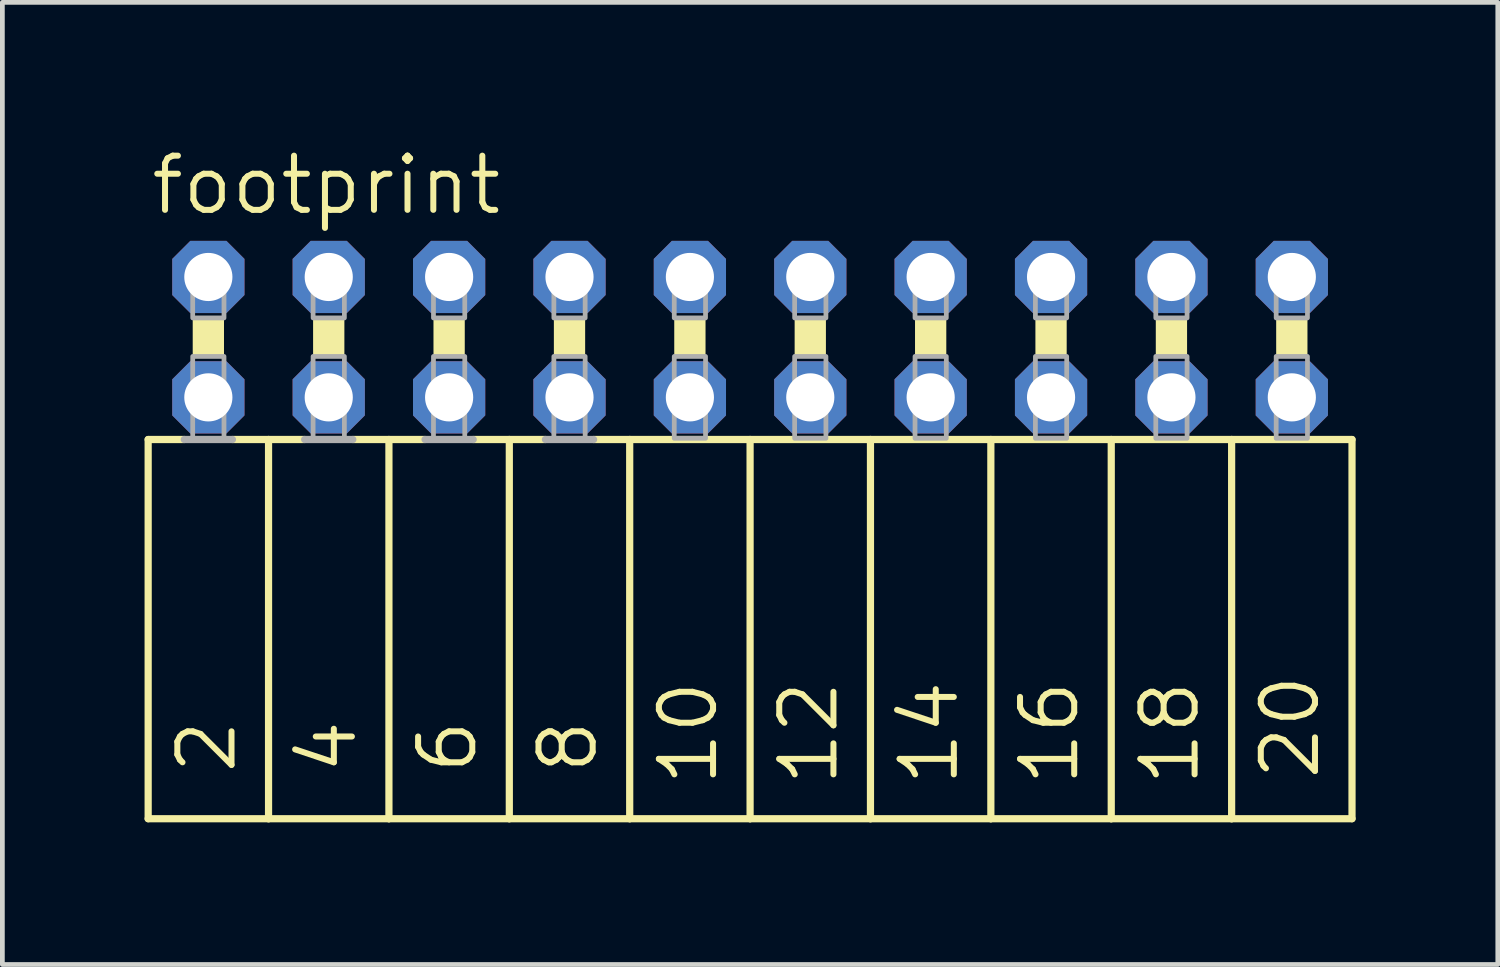
<source format=kicad_pcb>
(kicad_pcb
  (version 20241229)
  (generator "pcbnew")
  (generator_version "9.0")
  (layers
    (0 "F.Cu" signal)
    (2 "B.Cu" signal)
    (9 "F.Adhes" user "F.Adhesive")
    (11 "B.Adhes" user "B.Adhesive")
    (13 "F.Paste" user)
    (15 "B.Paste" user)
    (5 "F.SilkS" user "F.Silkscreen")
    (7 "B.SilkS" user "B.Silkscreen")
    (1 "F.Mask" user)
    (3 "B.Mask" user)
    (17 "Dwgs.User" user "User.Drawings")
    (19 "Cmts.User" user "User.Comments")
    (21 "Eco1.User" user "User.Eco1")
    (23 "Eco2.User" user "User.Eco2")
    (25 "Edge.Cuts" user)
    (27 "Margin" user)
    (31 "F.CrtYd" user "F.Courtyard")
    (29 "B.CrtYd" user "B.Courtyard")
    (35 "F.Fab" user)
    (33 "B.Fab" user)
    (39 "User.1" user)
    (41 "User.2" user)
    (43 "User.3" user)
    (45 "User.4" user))
  (footprint "footprint"
    (layer "F.Cu")
    (at 12.776 4.064)
    (property "Reference" "footprint" (at -12.7 -2.54 0) (layer "F.SilkS") (effects (font (size 1.143 1.143) (thickness 0.127)) (justify left bottom)))
    (fp_line (start -12.7 2.159) (end -12.7 10.16) (stroke (width 0.152) (type solid)) (layer "F.SilkS"))
    (fp_line (start -12.7 2.159) (end -11.938 2.159) (stroke (width 0.152) (type solid)) (layer "F.SilkS"))
    (fp_line (start -10.922 2.159) (end -10.16 2.159) (stroke (width 0.152) (type solid)) (layer "F.SilkS"))
    (fp_line (start -10.16 2.159) (end -10.16 10.16) (stroke (width 0.152) (type solid)) (layer "F.SilkS"))
    (fp_line (start -10.16 2.159) (end -9.398 2.159) (stroke (width 0.152) (type solid)) (layer "F.SilkS"))
    (fp_line (start -10.16 10.16) (end -12.7 10.16) (stroke (width 0.152) (type solid)) (layer "F.SilkS"))
    (fp_line (start -8.382 2.159) (end -7.62 2.159) (stroke (width 0.152) (type solid)) (layer "F.SilkS"))
    (fp_line (start -7.62 2.159) (end -7.62 10.16) (stroke (width 0.152) (type solid)) (layer "F.SilkS"))
    (fp_line (start -7.62 2.159) (end -6.858 2.159) (stroke (width 0.152) (type solid)) (layer "F.SilkS"))
    (fp_line (start -7.62 10.16) (end -10.16 10.16) (stroke (width 0.152) (type solid)) (layer "F.SilkS"))
    (fp_line (start -5.842 2.159) (end -5.08 2.159) (stroke (width 0.152) (type solid)) (layer "F.SilkS"))
    (fp_line (start -5.08 2.159) (end -5.08 10.16) (stroke (width 0.152) (type solid)) (layer "F.SilkS"))
    (fp_line (start -5.08 10.16) (end -7.62 10.16) (stroke (width 0.152) (type solid)) (layer "F.SilkS"))
    (fp_line (start -4.318 2.159) (end -5.08 2.159) (stroke (width 0.152) (type solid)) (layer "F.SilkS"))
    (fp_line (start -2.54 2.159) (end -3.302 2.159) (stroke (width 0.152) (type solid)) (layer "F.SilkS"))
    (fp_line (start -2.54 2.159) (end -2.54 10.16) (stroke (width 0.152) (type solid)) (layer "F.SilkS"))
    (fp_line (start -2.54 2.159) (end 0 2.159) (stroke (width 0.152) (type solid)) (layer "F.SilkS"))
    (fp_line (start -2.54 10.16) (end -5.08 10.16) (stroke (width 0.152) (type solid)) (layer "F.SilkS"))
    (fp_line (start 0 2.159) (end 0 10.16) (stroke (width 0.152) (type solid)) (layer "F.SilkS"))
    (fp_line (start 0 2.159) (end 2.54 2.159) (stroke (width 0.152) (type solid)) (layer "F.SilkS"))
    (fp_line (start 0 10.16) (end -2.54 10.16) (stroke (width 0.152) (type solid)) (layer "F.SilkS"))
    (fp_line (start 2.54 2.159) (end 2.54 10.16) (stroke (width 0.152) (type solid)) (layer "F.SilkS"))
    (fp_line (start 2.54 2.159) (end 5.08 2.159) (stroke (width 0.152) (type solid)) (layer "F.SilkS"))
    (fp_line (start 2.54 10.16) (end 0 10.16) (stroke (width 0.152) (type solid)) (layer "F.SilkS"))
    (fp_line (start 5.08 2.159) (end 5.08 10.16) (stroke (width 0.152) (type solid)) (layer "F.SilkS"))
    (fp_line (start 5.08 2.159) (end 7.62 2.159) (stroke (width 0.152) (type solid)) (layer "F.SilkS"))
    (fp_line (start 5.08 10.16) (end 2.54 10.16) (stroke (width 0.152) (type solid)) (layer "F.SilkS"))
    (fp_line (start 7.62 2.159) (end 7.62 10.16) (stroke (width 0.152) (type solid)) (layer "F.SilkS"))
    (fp_line (start 7.62 10.16) (end 5.08 10.16) (stroke (width 0.152) (type solid)) (layer "F.SilkS"))
    (fp_line (start 10.16 2.159) (end 7.62 2.159) (stroke (width 0.152) (type solid)) (layer "F.SilkS"))
    (fp_line (start 10.16 2.159) (end 10.16 10.16) (stroke (width 0.152) (type solid)) (layer "F.SilkS"))
    (fp_line (start 10.16 2.159) (end 12.7 2.159) (stroke (width 0.152) (type solid)) (layer "F.SilkS"))
    (fp_line (start 10.16 10.16) (end 7.62 10.16) (stroke (width 0.152) (type solid)) (layer "F.SilkS"))
    (fp_line (start 12.7 2.159) (end 12.7 10.16) (stroke (width 0.152) (type solid)) (layer "F.SilkS"))
    (fp_line (start 12.7 10.16) (end 10.16 10.16) (stroke (width 0.152) (type solid)) (layer "F.SilkS"))
    (fp_poly (pts (xy -11.76 0.406) (xy -11.1 0.406) (xy -11.1 -0.406) (xy -11.76 -0.406)) (stroke (width 0) (type solid)) (fill yes) (layer "F.SilkS"))
    (fp_poly (pts (xy -9.22 0.406) (xy -8.56 0.406) (xy -8.56 -0.406) (xy -9.22 -0.406)) (stroke (width 0) (type solid)) (fill yes) (layer "F.SilkS"))
    (fp_poly (pts (xy -6.68 0.406) (xy -6.02 0.406) (xy -6.02 -0.406) (xy -6.68 -0.406)) (stroke (width 0) (type solid)) (fill yes) (layer "F.SilkS"))
    (fp_poly (pts (xy -4.14 0.406) (xy -3.48 0.406) (xy -3.48 -0.406) (xy -4.14 -0.406)) (stroke (width 0) (type solid)) (fill yes) (layer "F.SilkS"))
    (fp_poly (pts (xy -1.6 0.406) (xy -0.94 0.406) (xy -0.94 -0.406) (xy -1.6 -0.406)) (stroke (width 0) (type solid)) (fill yes) (layer "F.SilkS"))
    (fp_poly (pts (xy 0.94 0.406) (xy 1.6 0.406) (xy 1.6 -0.406) (xy 0.94 -0.406)) (stroke (width 0) (type solid)) (fill yes) (layer "F.SilkS"))
    (fp_poly (pts (xy 3.48 0.406) (xy 4.14 0.406) (xy 4.14 -0.406) (xy 3.48 -0.406)) (stroke (width 0) (type solid)) (fill yes) (layer "F.SilkS"))
    (fp_poly (pts (xy 6.02 0.406) (xy 6.68 0.406) (xy 6.68 -0.406) (xy 6.02 -0.406)) (stroke (width 0) (type solid)) (fill yes) (layer "F.SilkS"))
    (fp_poly (pts (xy 8.56 0.406) (xy 9.22 0.406) (xy 9.22 -0.406) (xy 8.56 -0.406)) (stroke (width 0) (type solid)) (fill yes) (layer "F.SilkS"))
    (fp_poly (pts (xy 11.1 0.406) (xy 11.76 0.406) (xy 11.76 -0.406) (xy 11.1 -0.406)) (stroke (width 0) (type solid)) (fill yes) (layer "F.SilkS"))
    (fp_line (start -11.938 2.159) (end -10.922 2.159) (stroke (width 0.152) (type solid)) (layer "F.Fab"))
    (fp_line (start -9.398 2.159) (end -8.382 2.159) (stroke (width 0.152) (type solid)) (layer "F.Fab"))
    (fp_line (start -6.858 2.159) (end -5.842 2.159) (stroke (width 0.152) (type solid)) (layer "F.Fab"))
    (fp_line (start -3.302 2.159) (end -4.318 2.159) (stroke (width 0.152) (type solid)) (layer "F.Fab"))
    (fp_poly (pts (xy -11.76 -0.406) (xy -11.1 -0.406) (xy -11.1 -1.575) (xy -11.76 -1.575)) (stroke (width 0.1) (type solid)) (fill no) (layer "F.Fab"))
    (fp_poly (pts (xy -11.76 2.134) (xy -11.1 2.134) (xy -11.1 0.406) (xy -11.76 0.406)) (stroke (width 0.1) (type solid)) (fill no) (layer "F.Fab"))
    (fp_poly (pts (xy -9.22 -0.406) (xy -8.56 -0.406) (xy -8.56 -1.575) (xy -9.22 -1.575)) (stroke (width 0.1) (type solid)) (fill no) (layer "F.Fab"))
    (fp_poly (pts (xy -9.22 2.134) (xy -8.56 2.134) (xy -8.56 0.406) (xy -9.22 0.406)) (stroke (width 0.1) (type solid)) (fill no) (layer "F.Fab"))
    (fp_poly (pts (xy -6.68 -0.406) (xy -6.02 -0.406) (xy -6.02 -1.575) (xy -6.68 -1.575)) (stroke (width 0.1) (type solid)) (fill no) (layer "F.Fab"))
    (fp_poly (pts (xy -6.68 2.134) (xy -6.02 2.134) (xy -6.02 0.406) (xy -6.68 0.406)) (stroke (width 0.1) (type solid)) (fill no) (layer "F.Fab"))
    (fp_poly (pts (xy -4.14 -0.406) (xy -3.48 -0.406) (xy -3.48 -1.575) (xy -4.14 -1.575)) (stroke (width 0.1) (type solid)) (fill no) (layer "F.Fab"))
    (fp_poly (pts (xy -4.14 2.134) (xy -3.48 2.134) (xy -3.48 0.406) (xy -4.14 0.406)) (stroke (width 0.1) (type solid)) (fill no) (layer "F.Fab"))
    (fp_poly (pts (xy -1.6 -0.406) (xy -0.94 -0.406) (xy -0.94 -1.575) (xy -1.6 -1.575)) (stroke (width 0.1) (type solid)) (fill no) (layer "F.Fab"))
    (fp_poly (pts (xy -1.6 2.134) (xy -0.94 2.134) (xy -0.94 0.406) (xy -1.6 0.406)) (stroke (width 0.1) (type solid)) (fill no) (layer "F.Fab"))
    (fp_poly (pts (xy 0.94 -0.406) (xy 1.6 -0.406) (xy 1.6 -1.575) (xy 0.94 -1.575)) (stroke (width 0.1) (type solid)) (fill no) (layer "F.Fab"))
    (fp_poly (pts (xy 0.94 2.134) (xy 1.6 2.134) (xy 1.6 0.406) (xy 0.94 0.406)) (stroke (width 0.1) (type solid)) (fill no) (layer "F.Fab"))
    (fp_poly (pts (xy 3.48 -0.406) (xy 4.14 -0.406) (xy 4.14 -1.575) (xy 3.48 -1.575)) (stroke (width 0.1) (type solid)) (fill no) (layer "F.Fab"))
    (fp_poly (pts (xy 3.48 2.134) (xy 4.14 2.134) (xy 4.14 0.406) (xy 3.48 0.406)) (stroke (width 0.1) (type solid)) (fill no) (layer "F.Fab"))
    (fp_poly (pts (xy 6.02 -0.406) (xy 6.68 -0.406) (xy 6.68 -1.575) (xy 6.02 -1.575)) (stroke (width 0.1) (type solid)) (fill no) (layer "F.Fab"))
    (fp_poly (pts (xy 6.02 2.134) (xy 6.68 2.134) (xy 6.68 0.406) (xy 6.02 0.406)) (stroke (width 0.1) (type solid)) (fill no) (layer "F.Fab"))
    (fp_poly (pts (xy 8.56 -0.406) (xy 9.22 -0.406) (xy 9.22 -1.575) (xy 8.56 -1.575)) (stroke (width 0.1) (type solid)) (fill no) (layer "F.Fab"))
    (fp_poly (pts (xy 8.56 2.134) (xy 9.22 2.134) (xy 9.22 0.406) (xy 8.56 0.406)) (stroke (width 0.1) (type solid)) (fill no) (layer "F.Fab"))
    (fp_poly (pts (xy 11.1 -0.406) (xy 11.76 -0.406) (xy 11.76 -1.575) (xy 11.1 -1.575)) (stroke (width 0.1) (type solid)) (fill no) (layer "F.Fab"))
    (fp_poly (pts (xy 11.1 2.134) (xy 11.76 2.134) (xy 11.76 0.406) (xy 11.1 0.406)) (stroke (width 0.1) (type solid)) (fill no) (layer "F.Fab"))
    (fp_text user "6" (at -5.715 9.271 90) (layer "F.SilkS") (effects (font (size 1.143 1.143) (thickness 0.127)) (justify left bottom)))
    (fp_text user "18" (at 9.525 9.525 90) (layer "F.SilkS") (effects (font (size 1.143 1.143) (thickness 0.127)) (justify left bottom)))
    (fp_text user "12" (at 1.905 9.525 90) (layer "F.SilkS") (effects (font (size 1.143 1.143) (thickness 0.127)) (justify left bottom)))
    (fp_text user "2" (at -10.795 9.271 90) (layer "F.SilkS") (effects (font (size 1.143 1.143) (thickness 0.127)) (justify left bottom)))
    (fp_text user "4" (at -8.255 9.271 90) (layer "F.SilkS") (effects (font (size 1.143 1.143) (thickness 0.127)) (justify left bottom)))
    (fp_text user "10" (at -0.635 9.525 90) (layer "F.SilkS") (effects (font (size 1.143 1.143) (thickness 0.127)) (justify left bottom)))
    (fp_text user "20" (at 12.065 9.398 90) (layer "F.SilkS") (effects (font (size 1.143 1.143) (thickness 0.127)) (justify left bottom)))
    (fp_text user "14" (at 4.445 9.525 90) (layer "F.SilkS") (effects (font (size 1.143 1.143) (thickness 0.127)) (justify left bottom)))
    (fp_text user "16" (at 6.985 9.525 90) (layer "F.SilkS") (effects (font (size 1.143 1.143) (thickness 0.127)) (justify left bottom)))
    (fp_text user "8" (at -3.175 9.271 90) (layer "F.SilkS") (effects (font (size 1.143 1.143) (thickness 0.127)) (justify left bottom)))
    (pad "1" thru_hole roundrect (at -11.43 -1.27) (size 1.524 1.524) (drill 1.016) (layers "*.Cu" "*.Mask") (roundrect_rratio 0.25) (chamfer_ratio 0.25) (chamfer top_left top_right bottom_left bottom_right))
    (pad "2" thru_hole roundrect (at -11.43 1.27) (size 1.524 1.524) (drill 1.016) (layers "*.Cu" "*.Mask") (roundrect_rratio 0.25) (chamfer_ratio 0.25) (chamfer top_left top_right bottom_left bottom_right))
    (pad "3" thru_hole roundrect (at -8.89 -1.27) (size 1.524 1.524) (drill 1.016) (layers "*.Cu" "*.Mask") (roundrect_rratio 0.25) (chamfer_ratio 0.25) (chamfer top_left top_right bottom_left bottom_right))
    (pad "4" thru_hole roundrect (at -8.89 1.27) (size 1.524 1.524) (drill 1.016) (layers "*.Cu" "*.Mask") (roundrect_rratio 0.25) (chamfer_ratio 0.25) (chamfer top_left top_right bottom_left bottom_right))
    (pad "5" thru_hole roundrect (at -6.35 -1.27) (size 1.524 1.524) (drill 1.016) (layers "*.Cu" "*.Mask") (roundrect_rratio 0.25) (chamfer_ratio 0.25) (chamfer top_left top_right bottom_left bottom_right))
    (pad "6" thru_hole roundrect (at -6.35 1.27) (size 1.524 1.524) (drill 1.016) (layers "*.Cu" "*.Mask") (roundrect_rratio 0.25) (chamfer_ratio 0.25) (chamfer top_left top_right bottom_left bottom_right))
    (pad "7" thru_hole roundrect (at -3.81 -1.27) (size 1.524 1.524) (drill 1.016) (layers "*.Cu" "*.Mask") (roundrect_rratio 0.25) (chamfer_ratio 0.25) (chamfer top_left top_right bottom_left bottom_right))
    (pad "8" thru_hole roundrect (at -3.81 1.27) (size 1.524 1.524) (drill 1.016) (layers "*.Cu" "*.Mask") (roundrect_rratio 0.25) (chamfer_ratio 0.25) (chamfer top_left top_right bottom_left bottom_right))
    (pad "9" thru_hole roundrect (at -1.27 -1.27) (size 1.524 1.524) (drill 1.016) (layers "*.Cu" "*.Mask") (roundrect_rratio 0.25) (chamfer_ratio 0.25) (chamfer top_left top_right bottom_left bottom_right))
    (pad "10" thru_hole roundrect (at -1.27 1.27) (size 1.524 1.524) (drill 1.016) (layers "*.Cu" "*.Mask") (roundrect_rratio 0.25) (chamfer_ratio 0.25) (chamfer top_left top_right bottom_left bottom_right))
    (pad "11" thru_hole roundrect (at 1.27 -1.27) (size 1.524 1.524) (drill 1.016) (layers "*.Cu" "*.Mask") (roundrect_rratio 0.25) (chamfer_ratio 0.25) (chamfer top_left top_right bottom_left bottom_right))
    (pad "12" thru_hole roundrect (at 1.27 1.27) (size 1.524 1.524) (drill 1.016) (layers "*.Cu" "*.Mask") (roundrect_rratio 0.25) (chamfer_ratio 0.25) (chamfer top_left top_right bottom_left bottom_right))
    (pad "13" thru_hole roundrect (at 3.81 -1.27) (size 1.524 1.524) (drill 1.016) (layers "*.Cu" "*.Mask") (roundrect_rratio 0.25) (chamfer_ratio 0.25) (chamfer top_left top_right bottom_left bottom_right))
    (pad "14" thru_hole roundrect (at 3.81 1.27) (size 1.524 1.524) (drill 1.016) (layers "*.Cu" "*.Mask") (roundrect_rratio 0.25) (chamfer_ratio 0.25) (chamfer top_left top_right bottom_left bottom_right))
    (pad "15" thru_hole roundrect (at 6.35 -1.27) (size 1.524 1.524) (drill 1.016) (layers "*.Cu" "*.Mask") (roundrect_rratio 0.25) (chamfer_ratio 0.25) (chamfer top_left top_right bottom_left bottom_right))
    (pad "16" thru_hole roundrect (at 6.35 1.27) (size 1.524 1.524) (drill 1.016) (layers "*.Cu" "*.Mask") (roundrect_rratio 0.25) (chamfer_ratio 0.25) (chamfer top_left top_right bottom_left bottom_right))
    (pad "17" thru_hole roundrect (at 8.89 -1.27) (size 1.524 1.524) (drill 1.016) (layers "*.Cu" "*.Mask") (roundrect_rratio 0.25) (chamfer_ratio 0.25) (chamfer top_left top_right bottom_left bottom_right))
    (pad "18" thru_hole roundrect (at 8.89 1.27) (size 1.524 1.524) (drill 1.016) (layers "*.Cu" "*.Mask") (roundrect_rratio 0.25) (chamfer_ratio 0.25) (chamfer top_left top_right bottom_left bottom_right))
    (pad "19" thru_hole roundrect (at 11.43 -1.27) (size 1.524 1.524) (drill 1.016) (layers "*.Cu" "*.Mask") (roundrect_rratio 0.25) (chamfer_ratio 0.25) (chamfer top_left top_right bottom_left bottom_right))
    (pad "20" thru_hole roundrect (at 11.43 1.27) (size 1.524 1.524) (drill 1.016) (layers "*.Cu" "*.Mask") (roundrect_rratio 0.25) (chamfer_ratio 0.25) (chamfer top_left top_right bottom_left bottom_right)))
  (gr_rect
    (start -3 -3)
    (end 28.552 17.3)
    (stroke (width 0.1) (type default))
    (fill no)
    (layer "Edge.Cuts")))
</source>
